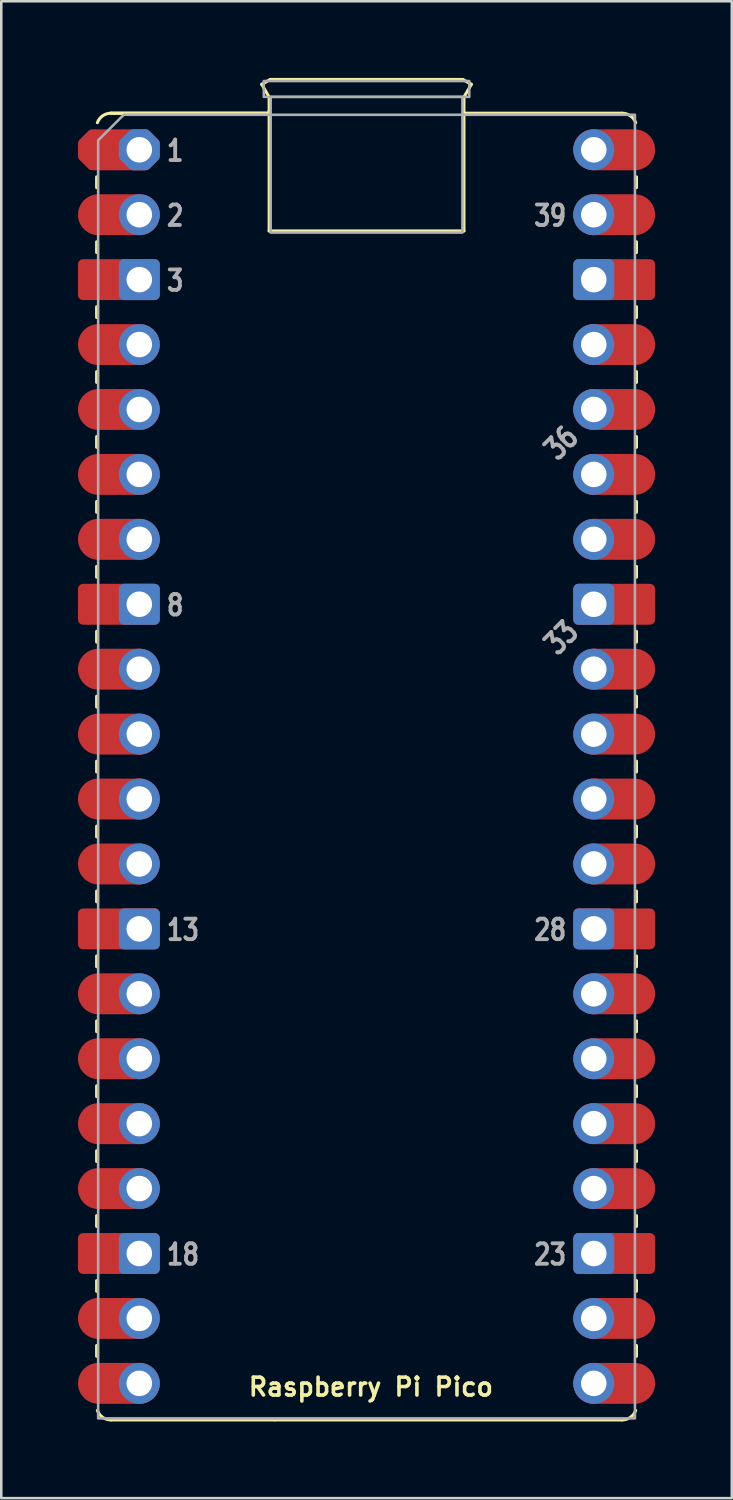
<source format=kicad_pcb>
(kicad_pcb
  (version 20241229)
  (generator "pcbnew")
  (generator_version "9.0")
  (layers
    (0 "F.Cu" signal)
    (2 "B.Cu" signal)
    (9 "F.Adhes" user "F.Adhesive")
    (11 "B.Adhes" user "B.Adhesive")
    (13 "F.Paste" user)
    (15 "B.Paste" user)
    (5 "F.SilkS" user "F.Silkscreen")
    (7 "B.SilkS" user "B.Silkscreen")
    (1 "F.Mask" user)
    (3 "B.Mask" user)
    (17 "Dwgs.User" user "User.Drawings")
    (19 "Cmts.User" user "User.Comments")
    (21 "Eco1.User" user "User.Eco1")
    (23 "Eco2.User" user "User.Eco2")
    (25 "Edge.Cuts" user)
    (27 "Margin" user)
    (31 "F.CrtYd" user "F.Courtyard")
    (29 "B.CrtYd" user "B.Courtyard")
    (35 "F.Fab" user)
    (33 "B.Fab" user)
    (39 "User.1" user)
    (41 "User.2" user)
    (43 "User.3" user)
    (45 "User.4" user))
  (footprint "Raspberry Pi Pico"
    (layer "F.Cu")
    (at 2.4 2.81)
    (property "Reference" "Raspberry Pi Pico" (at 9.06 48.4 0) (layer "F.SilkS") (effects (font (size 0.7 0.7) (thickness 0.14) (bold yes))))
    (attr through_hole)
    (fp_line (start -1.67 1.06) (end -1.67 1.48) (stroke (width 0.12) (type solid)) (layer "F.SilkS"))
    (fp_line (start -1.67 3.6) (end -1.67 4.02) (stroke (width 0.12) (type solid)) (layer "F.SilkS"))
    (fp_line (start -1.67 6.14) (end -1.67 6.56) (stroke (width 0.12) (type solid)) (layer "F.SilkS"))
    (fp_line (start -1.67 8.68) (end -1.67 9.1) (stroke (width 0.12) (type solid)) (layer "F.SilkS"))
    (fp_line (start -1.67 11.22) (end -1.67 11.64) (stroke (width 0.12) (type solid)) (layer "F.SilkS"))
    (fp_line (start -1.67 13.76) (end -1.67 14.18) (stroke (width 0.12) (type solid)) (layer "F.SilkS"))
    (fp_line (start -1.67 16.3) (end -1.67 16.72) (stroke (width 0.12) (type solid)) (layer "F.SilkS"))
    (fp_line (start -1.67 18.84) (end -1.67 19.26) (stroke (width 0.12) (type solid)) (layer "F.SilkS"))
    (fp_line (start -1.67 21.38) (end -1.67 21.8) (stroke (width 0.12) (type solid)) (layer "F.SilkS"))
    (fp_line (start -1.67 23.92) (end -1.67 24.34) (stroke (width 0.12) (type solid)) (layer "F.SilkS"))
    (fp_line (start -1.67 26.46) (end -1.67 26.88) (stroke (width 0.12) (type solid)) (layer "F.SilkS"))
    (fp_line (start -1.67 29) (end -1.67 29.42) (stroke (width 0.12) (type solid)) (layer "F.SilkS"))
    (fp_line (start -1.67 31.54) (end -1.67 31.96) (stroke (width 0.12) (type solid)) (layer "F.SilkS"))
    (fp_line (start -1.67 34.08) (end -1.67 34.5) (stroke (width 0.12) (type solid)) (layer "F.SilkS"))
    (fp_line (start -1.67 36.62) (end -1.67 37.04) (stroke (width 0.12) (type solid)) (layer "F.SilkS"))
    (fp_line (start -1.67 39.16) (end -1.67 39.58) (stroke (width 0.12) (type solid)) (layer "F.SilkS"))
    (fp_line (start -1.67 41.7) (end -1.67 42.12) (stroke (width 0.12) (type solid)) (layer "F.SilkS"))
    (fp_line (start -1.67 44.24) (end -1.67 44.66) (stroke (width 0.12) (type solid)) (layer "F.SilkS"))
    (fp_line (start -1.67 46.78) (end -1.67 47.2) (stroke (width 0.12) (type solid)) (layer "F.SilkS"))
    (fp_line (start -1.11 -1.43) (end 5.08 -1.43) (stroke (width 0.12) (type solid)) (layer "F.SilkS"))
    (fp_line (start -1.11 49.69) (end 5.29 49.69) (stroke (width 0.12) (type solid)) (layer "F.SilkS"))
    (fp_line (start 4.79 -2.56) (end 5.12 -2.75) (stroke (width 0.12) (type solid)) (layer "F.SilkS"))
    (fp_line (start 5.08 -2.06) (end 4.79 -2.56) (stroke (width 0.12) (type solid)) (layer "F.SilkS"))
    (fp_line (start 5.08 -1.524) (end 5.08 3.175) (stroke (width 0.12) (type solid)) (layer "F.SilkS"))
    (fp_line (start 5.08 -1.43) (end -1.11 -1.43) (stroke (width 0.12) (type solid)) (layer "F.SilkS"))
    (fp_line (start 5.08 -1.43) (end 5.08 -2.06) (stroke (width 0.12) (type solid)) (layer "F.SilkS"))
    (fp_line (start 5.08 3.175) (end 12.7 3.175) (stroke (width 0.12) (type solid)) (layer "F.SilkS"))
    (fp_line (start 5.12 -2.75) (end 12.66 -2.75) (stroke (width 0.12) (type solid)) (layer "F.SilkS"))
    (fp_line (start 5.29 49.69) (end 18.89 49.69) (stroke (width 0.12) (type solid)) (layer "F.SilkS"))
    (fp_line (start 12.66 -2.75) (end 12.99 -2.56) (stroke (width 0.12) (type solid)) (layer "F.SilkS"))
    (fp_line (start 12.7 -2.06) (end 12.7 -1.43) (stroke (width 0.12) (type solid)) (layer "F.SilkS"))
    (fp_line (start 12.7 3.175) (end 12.7 -1.43) (stroke (width 0.12) (type solid)) (layer "F.SilkS"))
    (fp_line (start 12.99 -2.56) (end 12.7 -2.06) (stroke (width 0.12) (type solid)) (layer "F.SilkS"))
    (fp_line (start 18.89 -1.43) (end 12.7 -1.43) (stroke (width 0.12) (type solid)) (layer "F.SilkS"))
    (fp_line (start 19.45 1.06) (end 19.45 1.48) (stroke (width 0.12) (type solid)) (layer "F.SilkS"))
    (fp_line (start 19.45 3.6) (end 19.45 4.02) (stroke (width 0.12) (type solid)) (layer "F.SilkS"))
    (fp_line (start 19.45 6.14) (end 19.45 6.56) (stroke (width 0.12) (type solid)) (layer "F.SilkS"))
    (fp_line (start 19.45 8.68) (end 19.45 9.1) (stroke (width 0.12) (type solid)) (layer "F.SilkS"))
    (fp_line (start 19.45 11.22) (end 19.45 11.64) (stroke (width 0.12) (type solid)) (layer "F.SilkS"))
    (fp_line (start 19.45 13.76) (end 19.45 14.18) (stroke (width 0.12) (type solid)) (layer "F.SilkS"))
    (fp_line (start 19.45 16.3) (end 19.45 16.72) (stroke (width 0.12) (type solid)) (layer "F.SilkS"))
    (fp_line (start 19.45 18.84) (end 19.45 19.26) (stroke (width 0.12) (type solid)) (layer "F.SilkS"))
    (fp_line (start 19.45 21.38) (end 19.45 21.8) (stroke (width 0.12) (type solid)) (layer "F.SilkS"))
    (fp_line (start 19.45 23.92) (end 19.45 24.34) (stroke (width 0.12) (type solid)) (layer "F.SilkS"))
    (fp_line (start 19.45 26.46) (end 19.45 26.88) (stroke (width 0.12) (type solid)) (layer "F.SilkS"))
    (fp_line (start 19.45 29) (end 19.45 29.42) (stroke (width 0.12) (type solid)) (layer "F.SilkS"))
    (fp_line (start 19.45 31.54) (end 19.45 31.96) (stroke (width 0.12) (type solid)) (layer "F.SilkS"))
    (fp_line (start 19.45 34.08) (end 19.45 34.5) (stroke (width 0.12) (type solid)) (layer "F.SilkS"))
    (fp_line (start 19.45 36.62) (end 19.45 37.04) (stroke (width 0.12) (type solid)) (layer "F.SilkS"))
    (fp_line (start 19.45 39.16) (end 19.45 39.58) (stroke (width 0.12) (type solid)) (layer "F.SilkS"))
    (fp_line (start 19.45 41.7) (end 19.45 42.12) (stroke (width 0.12) (type solid)) (layer "F.SilkS"))
    (fp_line (start 19.45 44.24) (end 19.45 44.66) (stroke (width 0.12) (type solid)) (layer "F.SilkS"))
    (fp_line (start 19.45 46.78) (end 19.45 47.2) (stroke (width 0.12) (type solid)) (layer "F.SilkS"))
    (fp_arc (start -1.64 -1.06) (mid -1.433508 -1.328808) (end -1.11 -1.43) (stroke (width 0.12) (type solid)) (layer "F.SilkS"))
    (fp_arc (start -1.11 49.69) (mid -1.433508 49.588809) (end -1.64 49.32) (stroke (width 0.12) (type solid)) (layer "F.SilkS"))
    (fp_arc (start 18.89 -1.43) (mid 19.213508 -1.328809) (end 19.42 -1.06) (stroke (width 0.12) (type solid)) (layer "F.SilkS"))
    (fp_arc (start 19.42 49.32) (mid 19.213508 49.588808) (end 18.89 49.69) (stroke (width 0.12) (type solid)) (layer "F.SilkS"))
    (fp_rect (start 4.87 -2.69) (end 12.91 -2.07) (stroke (width 0.1) (type solid)) (fill no) (layer "F.Fab"))
    (fp_rect (start 5.14 -2.07) (end 12.64 3.24) (stroke (width 0.1) (type solid)) (fill no) (layer "F.Fab"))
    (fp_poly (pts (xy 19.39 49.63) (xy -1.61 49.63) (xy -1.61 -0.37) (xy -0.61 -1.37) (xy 19.39 -1.37)) (stroke (width 0.1) (type solid)) (fill no) (layer "F.Fab"))
    (fp_text user "13" (at 1 30.518 0) (unlocked yes) (layer "F.Fab") (effects (font (size 0.8 0.64) (thickness 0.15)) (justify left)))
    (fp_text user "23" (at 16.78 43.218 0) (unlocked yes) (layer "F.Fab") (effects (font (size 0.8 0.64) (thickness 0.15)) (justify right)))
    (fp_text user "3" (at 1 5.118 0) (unlocked yes) (layer "F.Fab") (effects (font (size 0.8 0.64) (thickness 0.15)) (justify left)))
    (fp_text user "39" (at 16.78 2.578 0) (unlocked yes) (layer "F.Fab") (effects (font (size 0.8 0.64) (thickness 0.15)) (justify right)))
    (fp_text user "1" (at 1 0.038 0) (unlocked yes) (layer "F.Fab") (effects (font (size 0.8 0.64) (thickness 0.15)) (justify left)))
    (fp_text user "18" (at 1 43.218 0) (unlocked yes) (layer "F.Fab") (effects (font (size 0.8 0.64) (thickness 0.15)) (justify left)))
    (fp_text user "8" (at 1 17.818 0) (unlocked yes) (layer "F.Fab") (effects (font (size 0.8 0.64) (thickness 0.15)) (justify left)))
    (fp_text user "28" (at 16.78 30.518 0) (unlocked yes) (layer "F.Fab") (effects (font (size 0.8 0.64) (thickness 0.15)) (justify right)))
    (fp_text user "36" (at 16.51 11.468 45) (unlocked yes) (layer "F.Fab") (effects (font (size 0.8 0.64) (thickness 0.15))))
    (fp_text user "33" (at 16.51 19.088 45) (unlocked yes) (layer "F.Fab") (effects (font (size 0.8 0.64) (thickness 0.15))))
    (fp_text user "2" (at 1 2.578 0) (unlocked yes) (layer "F.Fab") (effects (font (size 0.8 0.64) (thickness 0.15)) (justify left)))
    (pad "1" smd custom (at -1.6 0) (size 1.6 1.6) (layers "F.Cu" "F.Mask") (options (anchor circle)) (primitives (gr_poly (pts (xy 2.2 0.249) (xy 1.849 0.6) (xy -0.249 0.6) (xy -0.6 0.249) (xy -0.6 -0.249) (xy -0.249 -0.6) (xy 1.849 -0.6) (xy 2.2 -0.249)) (width 0.4) (fill yes))))
    (pad "1" thru_hole custom (at 0 0) (size 1.6 1.6) (drill 1) (layers "*.Cu" "*.Mask") (options (anchor circle)) (primitives (gr_poly (pts (xy 0.6 0.249) (xy 0.249 0.6) (xy -0.249 0.6) (xy -0.6 0.249) (xy -0.6 -0.249) (xy -0.249 -0.6) (xy 0.249 -0.6) (xy 0.6 -0.249)) (width 0.4) (fill yes))))
    (pad "2" smd oval (at -1.6 2.54) (size 3.2 1.6) (drill (offset 0.8 0)) (layers "F.Cu" "F.Mask"))
    (pad "2" thru_hole circle (at 0 2.54) (size 1.6 1.6) (drill 1) (layers "*.Cu" "*.Mask"))
    (pad "3" smd roundrect (at -1.6 5.08) (size 3.2 1.6) (drill (offset 0.8 0)) (layers "F.Cu" "F.Mask") (roundrect_rratio 0.125))
    (pad "3" thru_hole roundrect (at 0 5.08) (size 1.6 1.6) (drill 1) (layers "*.Cu" "*.Mask") (roundrect_rratio 0.125))
    (pad "4" smd oval (at -1.6 7.62) (size 3.2 1.6) (drill (offset 0.8 0)) (layers "F.Cu" "F.Mask"))
    (pad "4" thru_hole circle (at 0 7.62) (size 1.6 1.6) (drill 1) (layers "*.Cu" "*.Mask"))
    (pad "5" smd oval (at -1.6 10.16) (size 3.2 1.6) (drill (offset 0.8 0)) (layers "F.Cu" "F.Mask"))
    (pad "5" thru_hole circle (at 0 10.16) (size 1.6 1.6) (drill 1) (layers "*.Cu" "*.Mask"))
    (pad "6" smd oval (at -1.6 12.7) (size 3.2 1.6) (drill (offset 0.8 0)) (layers "F.Cu" "F.Mask"))
    (pad "6" thru_hole circle (at 0 12.7) (size 1.6 1.6) (drill 1) (layers "*.Cu" "*.Mask"))
    (pad "7" smd oval (at -1.6 15.24) (size 3.2 1.6) (drill (offset 0.8 0)) (layers "F.Cu" "F.Mask"))
    (pad "7" thru_hole circle (at 0 15.24) (size 1.6 1.6) (drill 1) (layers "*.Cu" "*.Mask"))
    (pad "8" smd roundrect (at -1.6 17.78) (size 3.2 1.6) (drill (offset 0.8 0)) (layers "F.Cu" "F.Mask") (roundrect_rratio 0.125))
    (pad "8" thru_hole roundrect (at 0 17.78) (size 1.6 1.6) (drill 1) (layers "*.Cu" "*.Mask") (roundrect_rratio 0.125))
    (pad "9" smd oval (at -1.6 20.32) (size 3.2 1.6) (drill (offset 0.8 0)) (layers "F.Cu" "F.Mask"))
    (pad "9" thru_hole circle (at 0 20.32) (size 1.6 1.6) (drill 1) (layers "*.Cu" "*.Mask"))
    (pad "10" smd oval (at -1.6 22.86) (size 3.2 1.6) (drill (offset 0.8 0)) (layers "F.Cu" "F.Mask"))
    (pad "10" thru_hole circle (at 0 22.86) (size 1.6 1.6) (drill 1) (layers "*.Cu" "*.Mask"))
    (pad "11" smd oval (at -1.6 25.4) (size 3.2 1.6) (drill (offset 0.8 0)) (layers "F.Cu" "F.Mask"))
    (pad "11" thru_hole circle (at 0 25.4) (size 1.6 1.6) (drill 1) (layers "*.Cu" "*.Mask"))
    (pad "12" smd oval (at -1.6 27.94) (size 3.2 1.6) (drill (offset 0.8 0)) (layers "F.Cu" "F.Mask"))
    (pad "12" thru_hole circle (at 0 27.94) (size 1.6 1.6) (drill 1) (layers "*.Cu" "*.Mask"))
    (pad "13" smd roundrect (at -1.6 30.48) (size 3.2 1.6) (drill (offset 0.8 0)) (layers "F.Cu" "F.Mask") (roundrect_rratio 0.125))
    (pad "13" thru_hole roundrect (at 0 30.48) (size 1.6 1.6) (drill 1) (layers "*.Cu" "*.Mask") (roundrect_rratio 0.125))
    (pad "14" smd oval (at -1.6 33.02) (size 3.2 1.6) (drill (offset 0.8 0)) (layers "F.Cu" "F.Mask"))
    (pad "14" thru_hole circle (at 0 33.02) (size 1.6 1.6) (drill 1) (layers "*.Cu" "*.Mask"))
    (pad "15" smd oval (at -1.6 35.56) (size 3.2 1.6) (drill (offset 0.8 0)) (layers "F.Cu" "F.Mask"))
    (pad "15" thru_hole circle (at 0 35.56) (size 1.6 1.6) (drill 1) (layers "*.Cu" "*.Mask"))
    (pad "16" smd oval (at -1.6 38.1) (size 3.2 1.6) (drill (offset 0.8 0)) (layers "F.Cu" "F.Mask"))
    (pad "16" thru_hole circle (at 0 38.1) (size 1.6 1.6) (drill 1) (layers "*.Cu" "*.Mask"))
    (pad "17" smd oval (at -1.6 40.64) (size 3.2 1.6) (drill (offset 0.8 0)) (layers "F.Cu" "F.Mask"))
    (pad "17" thru_hole circle (at 0 40.64) (size 1.6 1.6) (drill 1) (layers "*.Cu" "*.Mask"))
    (pad "18" smd roundrect (at -1.6 43.18) (size 3.2 1.6) (drill (offset 0.8 0)) (layers "F.Cu" "F.Mask") (roundrect_rratio 0.125))
    (pad "18" thru_hole roundrect (at 0 43.18) (size 1.6 1.6) (drill 1) (layers "*.Cu" "*.Mask") (roundrect_rratio 0.125))
    (pad "19" smd oval (at -1.6 45.72) (size 3.2 1.6) (drill (offset 0.8 0)) (layers "F.Cu" "F.Mask"))
    (pad "19" thru_hole circle (at 0 45.72) (size 1.6 1.6) (drill 1) (layers "*.Cu" "*.Mask"))
    (pad "20" smd oval (at -1.6 48.26) (size 3.2 1.6) (drill (offset 0.8 0)) (layers "F.Cu" "F.Mask"))
    (pad "20" thru_hole circle (at 0 48.26) (size 1.6 1.6) (drill 1) (layers "*.Cu" "*.Mask"))
    (pad "21" thru_hole circle (at 17.78 48.26) (size 1.6 1.6) (drill 1) (layers "*.Cu" "*.Mask"))
    (pad "21" smd oval (at 19.38 48.26) (size 3.2 1.6) (drill (offset -0.8 0)) (layers "F.Cu" "F.Mask"))
    (pad "22" thru_hole circle (at 17.78 45.72) (size 1.6 1.6) (drill 1) (layers "*.Cu" "*.Mask"))
    (pad "22" smd oval (at 19.38 45.72) (size 3.2 1.6) (drill (offset -0.8 0)) (layers "F.Cu" "F.Mask"))
    (pad "23" thru_hole roundrect (at 17.78 43.18) (size 1.6 1.6) (drill 1) (layers "*.Cu" "*.Mask") (roundrect_rratio 0.125))
    (pad "23" smd roundrect (at 19.38 43.18) (size 3.2 1.6) (drill (offset -0.8 0)) (layers "F.Cu" "F.Mask") (roundrect_rratio 0.125))
    (pad "24" thru_hole circle (at 17.78 40.64) (size 1.6 1.6) (drill 1) (layers "*.Cu" "*.Mask"))
    (pad "24" smd oval (at 19.38 40.64) (size 3.2 1.6) (drill (offset -0.8 0)) (layers "F.Cu" "F.Mask"))
    (pad "25" thru_hole circle (at 17.78 38.1) (size 1.6 1.6) (drill 1) (layers "*.Cu" "*.Mask"))
    (pad "25" smd oval (at 19.38 38.1) (size 3.2 1.6) (drill (offset -0.8 0)) (layers "F.Cu" "F.Mask"))
    (pad "26" thru_hole circle (at 17.78 35.56) (size 1.6 1.6) (drill 1) (layers "*.Cu" "*.Mask"))
    (pad "26" smd oval (at 19.38 35.56) (size 3.2 1.6) (drill (offset -0.8 0)) (layers "F.Cu" "F.Mask"))
    (pad "27" thru_hole circle (at 17.78 33.02) (size 1.6 1.6) (drill 1) (layers "*.Cu" "*.Mask"))
    (pad "27" smd oval (at 19.38 33.02) (size 3.2 1.6) (drill (offset -0.8 0)) (layers "F.Cu" "F.Mask"))
    (pad "28" thru_hole roundrect (at 17.78 30.48) (size 1.6 1.6) (drill 1) (layers "*.Cu" "*.Mask") (roundrect_rratio 0.125))
    (pad "28" smd roundrect (at 19.38 30.48) (size 3.2 1.6) (drill (offset -0.8 0)) (layers "F.Cu" "F.Mask") (roundrect_rratio 0.125))
    (pad "29" thru_hole circle (at 17.78 27.94) (size 1.6 1.6) (drill 1) (layers "*.Cu" "*.Mask"))
    (pad "29" smd oval (at 19.38 27.94) (size 3.2 1.6) (drill (offset -0.8 0)) (layers "F.Cu" "F.Mask"))
    (pad "30" thru_hole circle (at 17.78 25.4) (size 1.6 1.6) (drill 1) (layers "*.Cu" "*.Mask"))
    (pad "30" smd oval (at 19.38 25.4) (size 3.2 1.6) (drill (offset -0.8 0)) (layers "F.Cu" "F.Mask"))
    (pad "31" thru_hole circle (at 17.78 22.86) (size 1.6 1.6) (drill 1) (layers "*.Cu" "*.Mask"))
    (pad "31" smd oval (at 19.38 22.86) (size 3.2 1.6) (drill (offset -0.8 0)) (layers "F.Cu" "F.Mask"))
    (pad "32" thru_hole circle (at 17.78 20.32) (size 1.6 1.6) (drill 1) (layers "*.Cu" "*.Mask"))
    (pad "32" smd oval (at 19.38 20.32) (size 3.2 1.6) (drill (offset -0.8 0)) (layers "F.Cu" "F.Mask"))
    (pad "33" thru_hole roundrect (at 17.78 17.78) (size 1.6 1.6) (drill 1) (layers "*.Cu" "*.Mask") (roundrect_rratio 0.125))
    (pad "33" smd roundrect (at 19.38 17.78) (size 3.2 1.6) (drill (offset -0.8 0)) (layers "F.Cu" "F.Mask") (roundrect_rratio 0.125))
    (pad "34" thru_hole circle (at 17.78 15.24) (size 1.6 1.6) (drill 1) (layers "*.Cu" "*.Mask"))
    (pad "34" smd oval (at 19.38 15.24) (size 3.2 1.6) (drill (offset -0.8 0)) (layers "F.Cu" "F.Mask"))
    (pad "35" thru_hole circle (at 17.78 12.7) (size 1.6 1.6) (drill 1) (layers "*.Cu" "*.Mask"))
    (pad "35" smd oval (at 19.38 12.7) (size 3.2 1.6) (drill (offset -0.8 0)) (layers "F.Cu" "F.Mask"))
    (pad "36" thru_hole circle (at 17.78 10.16) (size 1.6 1.6) (drill 1) (layers "*.Cu" "*.Mask"))
    (pad "36" smd oval (at 19.38 10.16) (size 3.2 1.6) (drill (offset -0.8 0)) (layers "F.Cu" "F.Mask"))
    (pad "37" thru_hole circle (at 17.78 7.62) (size 1.6 1.6) (drill 1) (layers "*.Cu" "*.Mask"))
    (pad "37" smd oval (at 19.38 7.62) (size 3.2 1.6) (drill (offset -0.8 0)) (layers "F.Cu" "F.Mask"))
    (pad "38" thru_hole roundrect (at 17.78 5.08) (size 1.6 1.6) (drill 1) (layers "*.Cu" "*.Mask") (roundrect_rratio 0.125))
    (pad "38" smd roundrect (at 19.38 5.08) (size 3.2 1.6) (drill (offset -0.8 0)) (layers "F.Cu" "F.Mask") (roundrect_rratio 0.125))
    (pad "39" thru_hole circle (at 17.78 2.54) (size 1.6 1.6) (drill 1) (layers "*.Cu" "*.Mask"))
    (pad "39" smd oval (at 19.38 2.54) (size 3.2 1.6) (drill (offset -0.8 0)) (layers "F.Cu" "F.Mask"))
    (pad "40" thru_hole circle (at 17.78 0) (size 1.6 1.6) (drill 1) (layers "*.Cu" "*.Mask"))
    (pad "40" smd oval (at 19.38 0) (size 3.2 1.6) (drill (offset -0.8 0)) (layers "F.Cu" "F.Mask")))
  (gr_rect
    (start -3 -3)
    (end 25.58 55.56)
    (stroke (width 0.1) (type default))
    (fill no)
    (layer "Edge.Cuts")))
</source>
